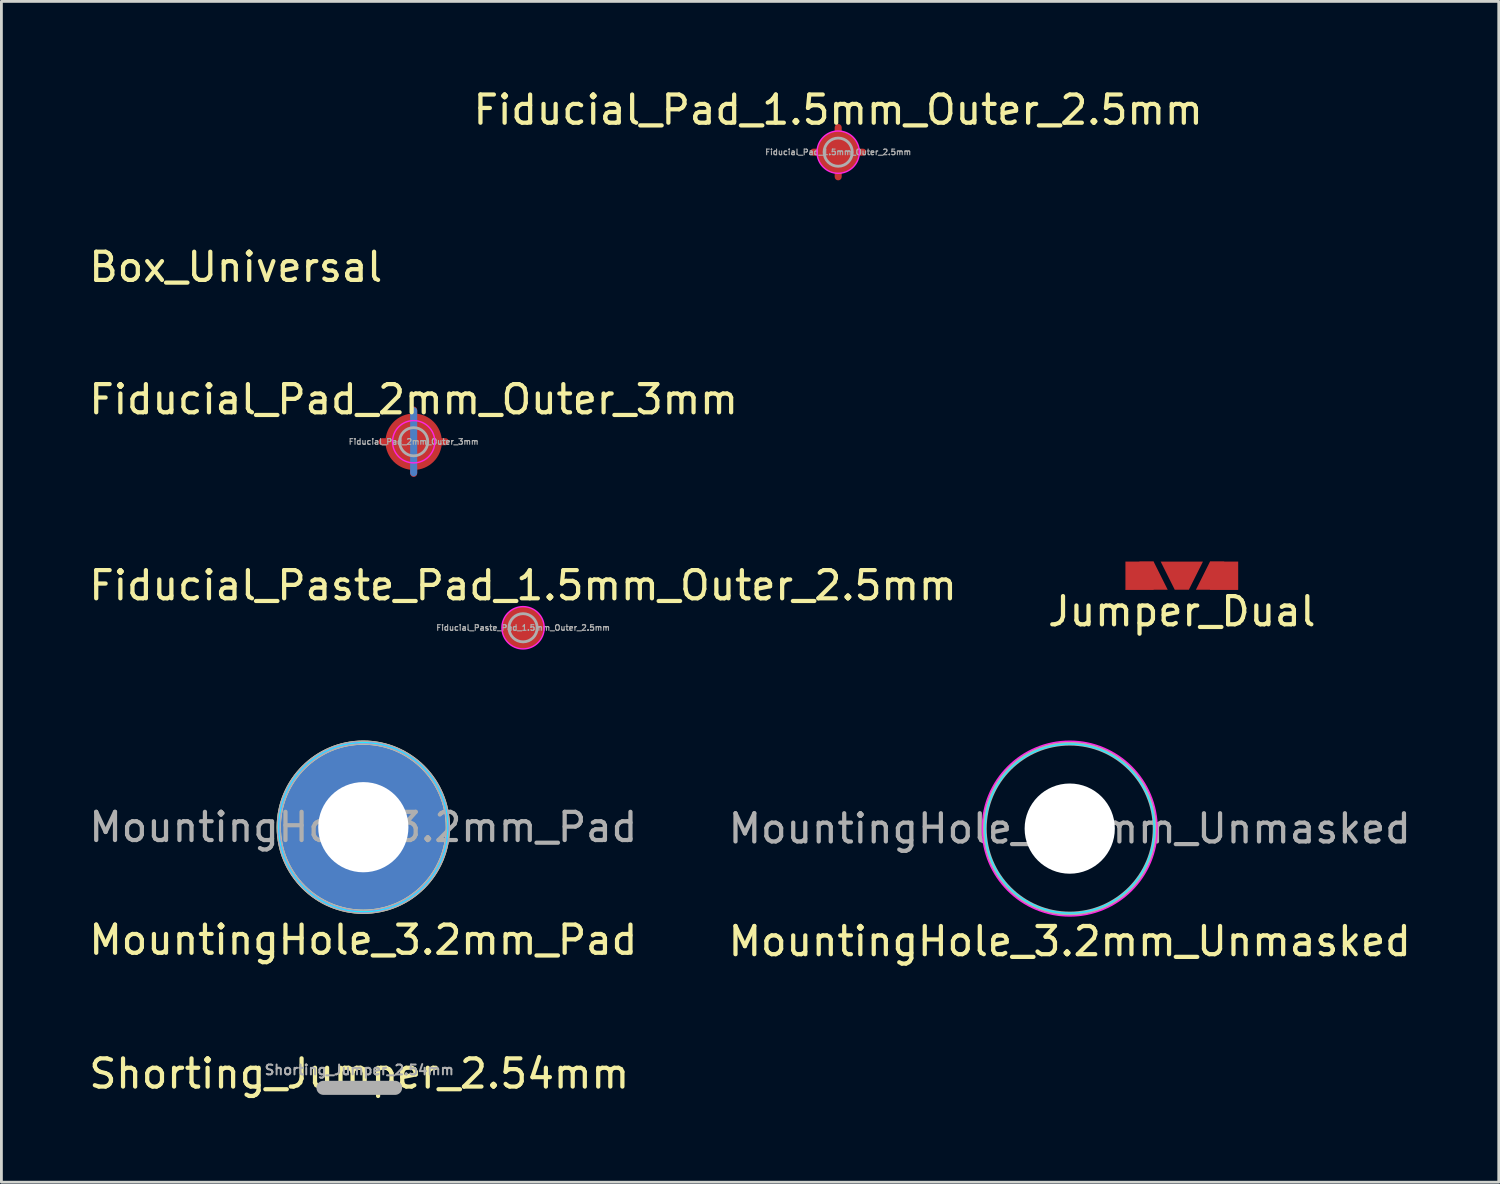
<source format=kicad_pcb>
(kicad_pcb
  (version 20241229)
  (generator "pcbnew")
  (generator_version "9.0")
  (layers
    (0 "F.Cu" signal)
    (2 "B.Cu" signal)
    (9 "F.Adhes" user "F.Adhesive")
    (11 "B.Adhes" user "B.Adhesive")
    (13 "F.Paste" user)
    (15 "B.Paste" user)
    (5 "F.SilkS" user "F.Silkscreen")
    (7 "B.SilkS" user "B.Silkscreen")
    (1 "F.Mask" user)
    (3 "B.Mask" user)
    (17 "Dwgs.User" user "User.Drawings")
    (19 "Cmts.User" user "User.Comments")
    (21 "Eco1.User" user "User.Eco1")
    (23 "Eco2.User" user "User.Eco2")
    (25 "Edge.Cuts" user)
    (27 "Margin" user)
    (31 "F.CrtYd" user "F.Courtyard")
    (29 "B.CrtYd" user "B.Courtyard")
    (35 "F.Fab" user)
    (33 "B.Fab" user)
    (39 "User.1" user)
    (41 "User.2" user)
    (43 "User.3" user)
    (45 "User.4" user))
  (footprint "MountingHole_3.2mm_Pad"
    (layer "F.Cu")
    (at 9.839 26.295)
    (property "Reference" "MountingHole_3.2mm_Pad" (at 0 4 0) (layer "F.SilkS") (effects (font (size 1 1) (thickness 0.15))))
    (attr exclude_from_pos_files exclude_from_bom)
    (fp_circle (center 0 0) (end 3 0) (stroke (width 0.15) (type solid)) (fill no) (layer "F.SilkS"))
    (fp_circle (center 0 0) (end 3 0) (stroke (width 0.05) (type solid)) (fill no) (layer "B.CrtYd"))
    (fp_circle (center 0 0) (end 3 0) (stroke (width 0.05) (type solid)) (fill no) (layer "F.CrtYd"))
    (fp_circle (center 0 0) (end 3 0) (stroke (width 0.15) (type solid)) (fill no) (layer "F.Fab"))
    (fp_text user "${REFERENCE}" (at 0 0 0) (layer "F.Fab") (effects (font (size 1 1) (thickness 0.15))))
    (pad "1" thru_hole circle (at 0 0) (size 6 6) (drill 3.2) (layers "*.Cu" "*.Mask")))
  (footprint "Fiducial_Pad_2mm_Outer_3mm"
    (layer "F.Cu")
    (at 11.625 12.621)
    (property "Reference" "Fiducial_Pad_2mm_Outer_3mm" (at 0 -1.5 0) (layer "F.SilkS") (effects (font (size 1 1) (thickness 0.15))))
    (attr exclude_from_bom allow_soldermask_bridges)
    (fp_line (start 0 -1.1) (end 0 1.1) (stroke (width 0.25) (type solid)) (layer "B.Cu"))
    (fp_circle (center 0 0) (end 0.75 0) (stroke (width 0.05) (type solid)) (fill no) (layer "F.CrtYd"))
    (fp_circle (center 0 0) (end 0.5 0) (stroke (width 0.1) (type solid)) (fill no) (layer "F.Fab"))
    (fp_text user "${REFERENCE}" (at 0 0 0) (layer "F.Fab") (effects (font (size 0.2 0.2) (thickness 0.04))))
    (pad "" smd circle (at 0 0) (size 2 2) (layers "F.Cu" "F.Mask"))
    (pad "" smd roundrect (at 0 0 90) (size 2.5 0.25) (layers "F.Cu" "F.Mask") (roundrect_rratio 0.5))
    (pad "" smd roundrect (at 0 0 180) (size 2.5 0.25) (layers "F.Cu" "F.Mask") (roundrect_rratio 0.5)))
  (footprint "Fiducial_Paste_Pad_1.5mm_Outer_2.5mm"
    (layer "F.Cu")
    (at 15.506 19.22)
    (property "Reference" "Fiducial_Paste_Pad_1.5mm_Outer_2.5mm" (at 0 -1.5 0) (layer "F.SilkS") (effects (font (size 1 1) (thickness 0.15))))
    (attr exclude_from_pos_files exclude_from_bom allow_soldermask_bridges)
    (fp_circle (center 0 0) (end 0.75 0) (stroke (width 0.05) (type solid)) (fill no) (layer "F.CrtYd"))
    (fp_circle (center 0 0) (end 0.5 0) (stroke (width 0.1) (type solid)) (fill no) (layer "F.Fab"))
    (fp_text user "${REFERENCE}" (at 0 0 0) (layer "F.Fab") (effects (font (size 0.2 0.2) (thickness 0.04))))
    (pad "" smd circle (at 0 0) (size 1.5 1.5) (layers "F.Cu" "F.Mask"))
    (pad "" smd circle (at 0 0) (size 2 2) (layers "F.Paste")))
  (footprint "MountingHole_3.2mm_Unmasked"
    (layer "F.Cu")
    (at 34.899 26.345)
    (property "Reference" "MountingHole_3.2mm_Unmasked" (at 0 4 0) (layer "F.SilkS") (effects (font (size 1 1) (thickness 0.15))))
    (attr exclude_from_pos_files exclude_from_bom)
    (fp_circle (center 0 0) (end 3 0) (stroke (width 0.05) (type solid)) (fill no) (layer "B.CrtYd"))
    (fp_circle (center 0 0) (end 3.1 0) (stroke (width 0.05) (type solid)) (fill no) (layer "F.CrtYd"))
    (fp_circle (center 0 0) (end 3.02 0.01) (stroke (width 0.15) (type solid)) (fill no) (layer "F.Fab"))
    (fp_text user "${REFERENCE}" (at 0 0 0) (layer "F.Fab") (effects (font (size 1 1) (thickness 0.15))))
    (pad "" np_thru_hole circle (at 0 0) (size 3.2 3.2) (drill 3.2) (layers "*.Cu" "*.Mask")))
  (footprint "Fiducial_Pad_1.5mm_Outer_2.5mm"
    (layer "F.Cu")
    (at 26.685 2.348)
    (property "Reference" "Fiducial_Pad_1.5mm_Outer_2.5mm" (at 0 -1.5 0) (layer "F.SilkS") (effects (font (size 1 1) (thickness 0.15))))
    (attr exclude_from_bom)
    (fp_circle (center 0 0) (end 0.75 0) (stroke (width 0.05) (type solid)) (fill no) (layer "F.CrtYd"))
    (fp_circle (center 0 0) (end 0.5 0) (stroke (width 0.1) (type solid)) (fill no) (layer "F.Fab"))
    (fp_text user "${REFERENCE}" (at 0 0 0) (layer "F.Fab") (effects (font (size 0.2 0.2) (thickness 0.04))))
    (pad "" smd circle (at 0 0) (size 1.5 1.5) (layers "F.Cu" "F.Mask"))
    (pad "" smd roundrect (at 0 0) (size 2 0.25) (layers "F.Cu" "F.Mask") (roundrect_rratio 0.5))
    (pad "" smd roundrect (at 0 0 90) (size 2 0.25) (layers "F.Cu" "F.Mask") (roundrect_rratio 0.5)))
  (footprint "Jumper_Dual"
    (layer "F.Cu")
    (at 38.875 17.372)
    (property "Reference" "Jumper_Dual" (at 0 1.27 0) (layer "F.SilkS") (effects (font (size 1 1) (thickness 0.15))))
    (attr through_hole)
    (pad "1" smd trapezoid (at -1.5 0) (size 1 1) (layers "F.Cu" "F.Mask" "F.Paste"))
    (pad "1" smd trapezoid (at -1.25 0) (size 1 1) (rect_delta 0 0.5) (layers "F.Cu" "F.Mask" "F.Paste"))
    (pad "2" smd trapezoid (at 0 0 180) (size 1 1) (rect_delta 0 0.5) (layers "F.Cu" "F.Mask" "F.Paste"))
    (pad "3" smd trapezoid (at 1.25 0) (size 1 1) (rect_delta 0 0.5) (layers "F.Cu" "F.Mask" "F.Paste"))
    (pad "3" smd trapezoid (at 1.5 0) (size 1 1) (layers "F.Cu" "F.Mask" "F.Paste")))
  (footprint "Shorting_Jumper_2.54mm"
    (layer "F.Cu")
    (at 9.696 35.541)
    (property "Reference" "Shorting_Jumper_2.54mm" (at 0 -0.5 0) (unlocked yes) (layer "F.SilkS") (effects (font (size 1 1) (thickness 0.15))))
    (attr exclude_from_pos_files)
    (fp_line (start -1.27 0) (end 1.27 0) (stroke (width 0.5) (type solid)) (layer "F.Fab"))
    (fp_text user "${REFERENCE}" (at 0 -0.635 0) (unlocked yes) (layer "F.Fab") (effects (font (size 0.35 0.35) (thickness 0.07)))))
  (footprint "Box_Universal"
    (layer "F.Cu")
    (at 5.315 2.615)
    (property "Reference" "Box_Universal" (at 0 3.81 0) (layer "F.SilkS") (effects (font (size 1 1) (thickness 0.15))))
    (attr exclude_from_pos_files exclude_from_bom)
    (fp_line (start 0 2.54) (end 0 -2.54) (stroke (width 0.15) (type solid)) (layer "User.1"))
    (fp_line (start 2.54 0) (end -2.54 0) (stroke (width 0.15) (type solid)) (layer "User.1")))
  (gr_rect
    (start -3 -3)
    (end 50.119 38.889)
    (stroke (width 0.1) (type default))
    (fill no)
    (layer "Edge.Cuts")))
</source>
